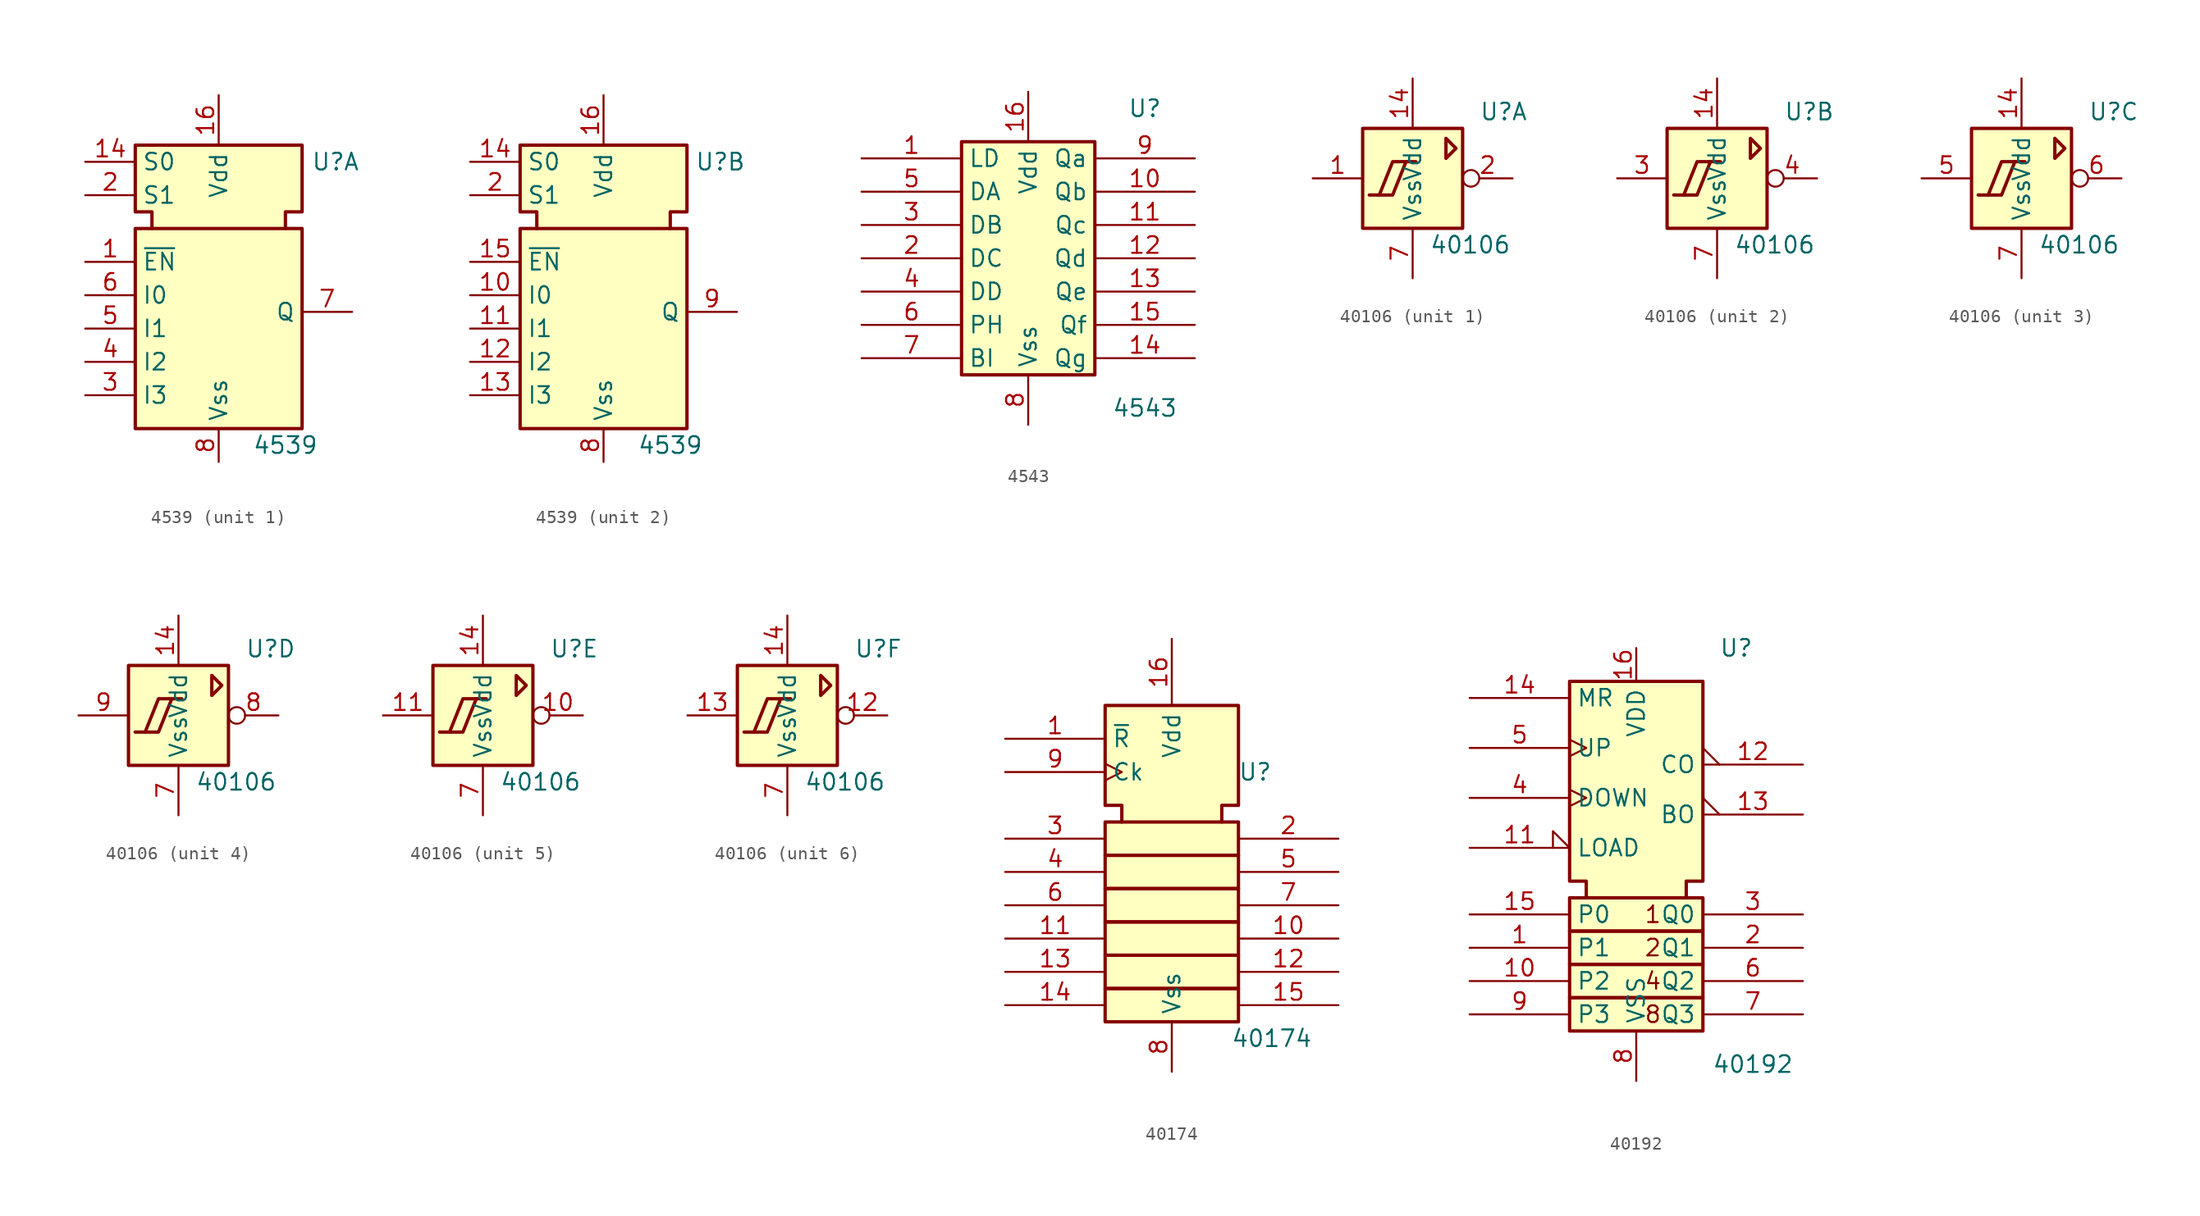
<source format=kicad_sym>
(kicad_symbol_lib
  (version 20220914)
  (generator kicad_symbol_editor)
  (symbol "4539"
    (property "Reference" "U"
      (at 8.89 10.16 0)
      (effects (font (size 1.27 1.27))))
    (property "Value" "4539"
      (at 5.08 -11.43 0)
      (effects (font (size 1.27 1.27))))
    (symbol "4539_0_1"
      (rectangle (start -6.35 5.08) (end 6.35 -10.16) (stroke (width 0.254) (type default)) (fill (type background)))
      (polyline (pts (xy -5.08 5.08) (xy -5.08 6.35) (xy -6.35 6.35) (xy -6.35 11.43) (xy 6.35 11.43) (xy 6.35 6.35) (xy 5.08 6.35) (xy 5.08 5.08) (xy 5.08 5.08)) (stroke (width 0.254) (type default)) (fill (type background)))
      (pin input line (at -10.16 10.16 0) (length 3.81) (name "S0" (effects (font (size 1.27 1.27)))) (number "14" (effects (font (size 1.27 1.27)))))
      (pin power_in line (at 0 15.24 270) (length 3.81) (name "Vdd" (effects (font (size 1.27 1.27)))) (number "16" (effects (font (size 1.27 1.27)))))
      (pin input line (at -10.16 7.62 0) (length 3.81) (name "S1" (effects (font (size 1.27 1.27)))) (number "2" (effects (font (size 1.27 1.27)))))
      (pin power_in line (at 0 -12.7 90) (length 2.54) (name "Vss" (effects (font (size 1.27 1.27)))) (number "8" (effects (font (size 1.27 1.27))))))
    (symbol "4539_1_1"
      (pin input line (at -10.16 2.54 0) (length 3.81) (name "~{EN}" (effects (font (size 1.27 1.27)))) (number "1" (effects (font (size 1.27 1.27)))))
      (pin input line (at -10.16 -7.62 0) (length 3.81) (name "I3" (effects (font (size 1.27 1.27)))) (number "3" (effects (font (size 1.27 1.27)))))
      (pin input line (at -10.16 -5.08 0) (length 3.81) (name "I2" (effects (font (size 1.27 1.27)))) (number "4" (effects (font (size 1.27 1.27)))))
      (pin input line (at -10.16 -2.54 0) (length 3.81) (name "I1" (effects (font (size 1.27 1.27)))) (number "5" (effects (font (size 1.27 1.27)))))
      (pin input line (at -10.16 0 0) (length 3.81) (name "I0" (effects (font (size 1.27 1.27)))) (number "6" (effects (font (size 1.27 1.27)))))
      (pin output line (at 10.16 -1.27 180) (length 3.81) (name "Q" (effects (font (size 1.27 1.27)))) (number "7" (effects (font (size 1.27 1.27))))))
    (symbol "4539_2_1"
      (pin input line (at -10.16 0 0) (length 3.81) (name "I0" (effects (font (size 1.27 1.27)))) (number "10" (effects (font (size 1.27 1.27)))))
      (pin input line (at -10.16 -2.54 0) (length 3.81) (name "I1" (effects (font (size 1.27 1.27)))) (number "11" (effects (font (size 1.27 1.27)))))
      (pin input line (at -10.16 -5.08 0) (length 3.81) (name "I2" (effects (font (size 1.27 1.27)))) (number "12" (effects (font (size 1.27 1.27)))))
      (pin input line (at -10.16 -7.62 0) (length 3.81) (name "I3" (effects (font (size 1.27 1.27)))) (number "13" (effects (font (size 1.27 1.27)))))
      (pin input line (at -10.16 2.54 0) (length 3.81) (name "~{EN}" (effects (font (size 1.27 1.27)))) (number "15" (effects (font (size 1.27 1.27)))))
      (pin output line (at 10.16 -1.27 180) (length 3.81) (name "Q" (effects (font (size 1.27 1.27)))) (number "9" (effects (font (size 1.27 1.27)))))))
  (symbol "4543"
    (property "Reference" "U"
      (at 8.89 11.43 0)
      (effects (font (size 1.27 1.27))))
    (property "Value" "4543"
      (at 8.89 -11.43 0)
      (effects (font (size 1.27 1.27))))
    (symbol "4543_0_1"
      (rectangle (start -5.08 8.89) (end 5.08 -8.89) (stroke (width 0.254) (type default)) (fill (type background))))
    (symbol "4543_1_1"
      (pin input line (at -12.7 7.62 0) (length 7.62) (name "LD" (effects (font (size 1.27 1.27)))) (number "1" (effects (font (size 1.27 1.27)))))
      (pin output line (at 12.7 5.08 180) (length 7.62) (name "Qb" (effects (font (size 1.27 1.27)))) (number "10" (effects (font (size 1.27 1.27)))))
      (pin output line (at 12.7 2.54 180) (length 7.62) (name "Qc" (effects (font (size 1.27 1.27)))) (number "11" (effects (font (size 1.27 1.27)))))
      (pin output line (at 12.7 0 180) (length 7.62) (name "Qd" (effects (font (size 1.27 1.27)))) (number "12" (effects (font (size 1.27 1.27)))))
      (pin output line (at 12.7 -2.54 180) (length 7.62) (name "Qe" (effects (font (size 1.27 1.27)))) (number "13" (effects (font (size 1.27 1.27)))))
      (pin output line (at 12.7 -7.62 180) (length 7.62) (name "Qg" (effects (font (size 1.27 1.27)))) (number "14" (effects (font (size 1.27 1.27)))))
      (pin output line (at 12.7 -5.08 180) (length 7.62) (name "Qf" (effects (font (size 1.27 1.27)))) (number "15" (effects (font (size 1.27 1.27)))))
      (pin power_in line (at 0 12.7 270) (length 3.81) (name "Vdd" (effects (font (size 1.27 1.27)))) (number "16" (effects (font (size 1.27 1.27)))))
      (pin input line (at -12.7 0 0) (length 7.62) (name "DC" (effects (font (size 1.27 1.27)))) (number "2" (effects (font (size 1.27 1.27)))))
      (pin input line (at -12.7 2.54 0) (length 7.62) (name "DB" (effects (font (size 1.27 1.27)))) (number "3" (effects (font (size 1.27 1.27)))))
      (pin input line (at -12.7 -2.54 0) (length 7.62) (name "DD" (effects (font (size 1.27 1.27)))) (number "4" (effects (font (size 1.27 1.27)))))
      (pin input line (at -12.7 5.08 0) (length 7.62) (name "DA" (effects (font (size 1.27 1.27)))) (number "5" (effects (font (size 1.27 1.27)))))
      (pin input line (at -12.7 -5.08 0) (length 7.62) (name "PH" (effects (font (size 1.27 1.27)))) (number "6" (effects (font (size 1.27 1.27)))))
      (pin input line (at -12.7 -7.62 0) (length 7.62) (name "BI" (effects (font (size 1.27 1.27)))) (number "7" (effects (font (size 1.27 1.27)))))
      (pin power_in line (at 0 -12.7 90) (length 3.81) (name "Vss" (effects (font (size 1.27 1.27)))) (number "8" (effects (font (size 1.27 1.27)))))
      (pin output line (at 12.7 7.62 180) (length 7.62) (name "Qa" (effects (font (size 1.27 1.27)))) (number "9" (effects (font (size 1.27 1.27)))))))
  (symbol "40106"
    (property "Reference" "U"
      (at 5.08 5.08 0)
      (effects (font (size 1.27 1.27)) (justify left)))
    (property "Value" "40106"
      (at 1.27 -5.08 0)
      (effects (font (size 1.27 1.27)) (justify left)))
    (symbol "40106_0_0"
      (rectangle (start -3.81 3.81) (end 3.81 -3.81) (stroke (width 0.254) (type default)) (fill (type background)))
      (polyline (pts (xy -0.508 1.27) (xy -1.524 -1.27) (xy -2.54 -1.27) (xy -2.54 -1.27)) (stroke (width 0.254) (type default)) (fill (type background)))
      (polyline (pts (xy 0.254 1.27) (xy -1.524 1.27) (xy -2.54 -1.27) (xy -3.302 -1.27) (xy -3.302 -1.27)) (stroke (width 0.254) (type default)) (fill (type background)))
      (polyline (pts (xy 2.54 3.048) (xy 2.54 1.524) (xy 3.302 2.286) (xy 2.54 3.048) (xy 2.54 3.048)) (stroke (width 0.254) (type default)) (fill (type background))))
    (symbol "40106_0_1"
      (pin power_in line (at 0 7.62 270) (length 3.81) (name "Vdd" (effects (font (size 1.27 1.27)))) (number "14" (effects (font (size 1.27 1.27)))))
      (pin power_in line (at 0 -7.62 90) (length 3.81) (name "Vss" (effects (font (size 1.27 1.27)))) (number "7" (effects (font (size 1.27 1.27))))))
    (symbol "40106_1_1"
      (pin input line (at -7.62 0 0) (length 3.81) (name "~" (effects (font (size 1.27 1.27)))) (number "1" (effects (font (size 1.27 1.27)))))
      (pin output inverted (at 7.62 0 180) (length 3.81) (name "~" (effects (font (size 1.27 1.27)))) (number "2" (effects (font (size 1.27 1.27))))))
    (symbol "40106_2_1"
      (pin input line (at -7.62 0 0) (length 3.81) (name "~" (effects (font (size 1.27 1.27)))) (number "3" (effects (font (size 1.27 1.27)))))
      (pin output inverted (at 7.62 0 180) (length 3.81) (name "~" (effects (font (size 1.27 1.27)))) (number "4" (effects (font (size 1.27 1.27))))))
    (symbol "40106_3_1"
      (pin input line (at -7.62 0 0) (length 3.81) (name "~" (effects (font (size 1.27 1.27)))) (number "5" (effects (font (size 1.27 1.27)))))
      (pin output inverted (at 7.62 0 180) (length 3.81) (name "~" (effects (font (size 1.27 1.27)))) (number "6" (effects (font (size 1.27 1.27))))))
    (symbol "40106_4_1"
      (pin output inverted (at 7.62 0 180) (length 3.81) (name "~" (effects (font (size 1.27 1.27)))) (number "8" (effects (font (size 1.27 1.27)))))
      (pin input line (at -7.62 0 0) (length 3.81) (name "~" (effects (font (size 1.27 1.27)))) (number "9" (effects (font (size 1.27 1.27))))))
    (symbol "40106_5_1"
      (pin output inverted (at 7.62 0 180) (length 3.81) (name "~" (effects (font (size 1.27 1.27)))) (number "10" (effects (font (size 1.27 1.27)))))
      (pin input line (at -7.62 0 0) (length 3.81) (name "~" (effects (font (size 1.27 1.27)))) (number "11" (effects (font (size 1.27 1.27))))))
    (symbol "40106_6_1"
      (pin output inverted (at 7.62 0 180) (length 3.81) (name "~" (effects (font (size 1.27 1.27)))) (number "12" (effects (font (size 1.27 1.27)))))
      (pin input line (at -7.62 0 0) (length 3.81) (name "~" (effects (font (size 1.27 1.27)))) (number "13" (effects (font (size 1.27 1.27)))))))
  (symbol "40174"
    (property "Reference" "U"
      (at 6.35 7.62 0)
      (effects (font (size 1.27 1.27))))
    (property "Value" "40174"
      (at 7.62 -12.7 0)
      (effects (font (size 1.27 1.27))))
    (symbol "40174_0_0"
      (pin input line (at -12.7 10.16 0) (length 7.62) (name "~{R}" (effects (font (size 1.27 1.27)))) (number "1" (effects (font (size 1.27 1.27)))))
      (pin power_in line (at 0 17.78 270) (length 5.08) (name "Vdd" (effects (font (size 1.27 1.27)))) (number "16" (effects (font (size 1.27 1.27)))))
      (pin power_in line (at 0 -15.24 90) (length 3.81) (name "Vss" (effects (font (size 1.27 1.27)))) (number "8" (effects (font (size 1.27 1.27)))))
      (pin input clock (at -12.7 7.62 0) (length 7.62) (name "Ck" (effects (font (size 1.27 1.27)))) (number "9" (effects (font (size 1.27 1.27))))))
    (symbol "40174_0_1"
      (rectangle (start -5.08 -8.89) (end 5.08 -11.43) (stroke (width 0.254) (type default)) (fill (type background)))
      (rectangle (start -5.08 -6.35) (end 5.08 -8.89) (stroke (width 0.254) (type default)) (fill (type background)))
      (rectangle (start -5.08 -3.81) (end 5.08 -6.35) (stroke (width 0.254) (type default)) (fill (type background)))
      (rectangle (start -5.08 -1.27) (end 5.08 -3.81) (stroke (width 0.254) (type default)) (fill (type background)))
      (rectangle (start -5.08 1.27) (end 5.08 -1.27) (stroke (width 0.254) (type default)) (fill (type background)))
      (rectangle (start -5.08 3.81) (end 5.08 1.27) (stroke (width 0.254) (type default)) (fill (type background)))
      (polyline (pts (xy -3.81 3.81) (xy -3.81 5.08) (xy -5.08 5.08) (xy -5.08 12.7) (xy 5.08 12.7) (xy 5.08 5.08) (xy 3.81 5.08) (xy 3.81 3.81) (xy 3.81 3.81)) (stroke (width 0.254) (type default)) (fill (type background))))
    (symbol "40174_1_0"
      (pin output line (at 12.7 -5.08 180) (length 7.62) (name "~" (effects (font (size 1.27 1.27)))) (number "10" (effects (font (size 1.27 1.27)))))
      (pin input line (at -12.7 -5.08 0) (length 7.62) (name "~" (effects (font (size 1.27 1.27)))) (number "11" (effects (font (size 1.27 1.27)))))
      (pin output line (at 12.7 -7.62 180) (length 7.62) (name "~" (effects (font (size 1.27 1.27)))) (number "12" (effects (font (size 1.27 1.27)))))
      (pin input line (at -12.7 -7.62 0) (length 7.62) (name "~" (effects (font (size 1.27 1.27)))) (number "13" (effects (font (size 1.27 1.27)))))
      (pin input line (at -12.7 -10.16 0) (length 7.62) (name "~" (effects (font (size 1.27 1.27)))) (number "14" (effects (font (size 1.27 1.27)))))
      (pin output line (at 12.7 -10.16 180) (length 7.62) (name "~" (effects (font (size 1.27 1.27)))) (number "15" (effects (font (size 1.27 1.27)))))
      (pin output line (at 12.7 2.54 180) (length 7.62) (name "~" (effects (font (size 1.27 1.27)))) (number "2" (effects (font (size 1.27 1.27)))))
      (pin input line (at -12.7 2.54 0) (length 7.62) (name "~" (effects (font (size 1.27 1.27)))) (number "3" (effects (font (size 1.27 1.27)))))
      (pin input line (at -12.7 0 0) (length 7.62) (name "~" (effects (font (size 1.27 1.27)))) (number "4" (effects (font (size 1.27 1.27)))))
      (pin output line (at 12.7 0 180) (length 7.62) (name "~" (effects (font (size 1.27 1.27)))) (number "5" (effects (font (size 1.27 1.27)))))
      (pin input line (at -12.7 -2.54 0) (length 7.62) (name "~" (effects (font (size 1.27 1.27)))) (number "6" (effects (font (size 1.27 1.27)))))
      (pin output line (at 12.7 -2.54 180) (length 7.62) (name "~" (effects (font (size 1.27 1.27)))) (number "7" (effects (font (size 1.27 1.27)))))))
  (symbol "40192"
    (property "Reference" "U"
      (at 7.62 12.7 0)
      (effects (font (size 1.27 1.27))))
    (property "Value" "40192"
      (at 8.89 -19.05 0)
      (effects (font (size 1.27 1.27))))
    (symbol "40192_0_0"
      (text "1" (at 1.27 -7.62 0) (effects (font (size 1.27 1.27))))
      (text "2" (at 1.27 -10.16 0) (effects (font (size 1.27 1.27))))
      (text "4" (at 1.27 -12.7 0) (effects (font (size 1.27 1.27))))
      (text "8" (at 1.27 -15.24 0) (effects (font (size 1.27 1.27)))))
    (symbol "40192_0_1"
      (rectangle (start -5.08 -13.97) (end 5.08 -16.51) (stroke (width 0.254) (type default)) (fill (type background)))
      (rectangle (start -5.08 -11.43) (end 5.08 -13.97) (stroke (width 0.254) (type default)) (fill (type background)))
      (rectangle (start -5.08 -8.89) (end 5.08 -11.43) (stroke (width 0.254) (type default)) (fill (type background)))
      (rectangle (start -5.08 -6.35) (end 5.08 -8.89) (stroke (width 0.254) (type default)) (fill (type background)))
      (polyline (pts (xy -3.81 -6.35) (xy -3.81 -5.08) (xy -5.08 -5.08) (xy -5.08 10.16) (xy 5.08 10.16) (xy 5.08 -5.08) (xy 3.81 -5.08) (xy 3.81 -6.35) (xy 3.81 -6.35)) (stroke (width 0.254) (type default)) (fill (type background))))
    (symbol "40192_1_1"
      (pin input line (at -12.7 -10.16 0) (length 7.62) (name "P1" (effects (font (size 1.27 1.27)))) (number "1" (effects (font (size 1.27 1.27)))))
      (pin input line (at -12.7 -12.7 0) (length 7.62) (name "P2" (effects (font (size 1.27 1.27)))) (number "10" (effects (font (size 1.27 1.27)))))
      (pin input input_low (at -12.7 -2.54 0) (length 7.62) (name "LOAD" (effects (font (size 1.27 1.27)))) (number "11" (effects (font (size 1.27 1.27)))))
      (pin output output_low (at 12.7 3.81 180) (length 7.62) (name "CO" (effects (font (size 1.27 1.27)))) (number "12" (effects (font (size 1.27 1.27)))))
      (pin output output_low (at 12.7 0 180) (length 7.62) (name "BO" (effects (font (size 1.27 1.27)))) (number "13" (effects (font (size 1.27 1.27)))))
      (pin input line (at -12.7 8.89 0) (length 7.62) (name "MR" (effects (font (size 1.27 1.27)))) (number "14" (effects (font (size 1.27 1.27)))))
      (pin input line (at -12.7 -7.62 0) (length 7.62) (name "P0" (effects (font (size 1.27 1.27)))) (number "15" (effects (font (size 1.27 1.27)))))
      (pin power_in line (at 0 12.7 270) (length 2.54) (name "VDD" (effects (font (size 1.27 1.27)))) (number "16" (effects (font (size 1.27 1.27)))))
      (pin output line (at 12.7 -10.16 180) (length 7.62) (name "Q1" (effects (font (size 1.27 1.27)))) (number "2" (effects (font (size 1.27 1.27)))))
      (pin output line (at 12.7 -7.62 180) (length 7.62) (name "Q0" (effects (font (size 1.27 1.27)))) (number "3" (effects (font (size 1.27 1.27)))))
      (pin input clock (at -12.7 1.27 0) (length 7.62) (name "DOWN" (effects (font (size 1.27 1.27)))) (number "4" (effects (font (size 1.27 1.27)))))
      (pin input clock (at -12.7 5.08 0) (length 7.62) (name "UP" (effects (font (size 1.27 1.27)))) (number "5" (effects (font (size 1.27 1.27)))))
      (pin output line (at 12.7 -12.7 180) (length 7.62) (name "Q2" (effects (font (size 1.27 1.27)))) (number "6" (effects (font (size 1.27 1.27)))))
      (pin output line (at 12.7 -15.24 180) (length 7.62) (name "Q3" (effects (font (size 1.27 1.27)))) (number "7" (effects (font (size 1.27 1.27)))))
      (pin power_in line (at 0 -20.32 90) (length 3.81) (name "VSS" (effects (font (size 1.27 1.27)))) (number "8" (effects (font (size 1.27 1.27)))))
      (pin input line (at -12.7 -15.24 0) (length 7.62) (name "P3" (effects (font (size 1.27 1.27)))) (number "9" (effects (font (size 1.27 1.27))))))))
</source>
